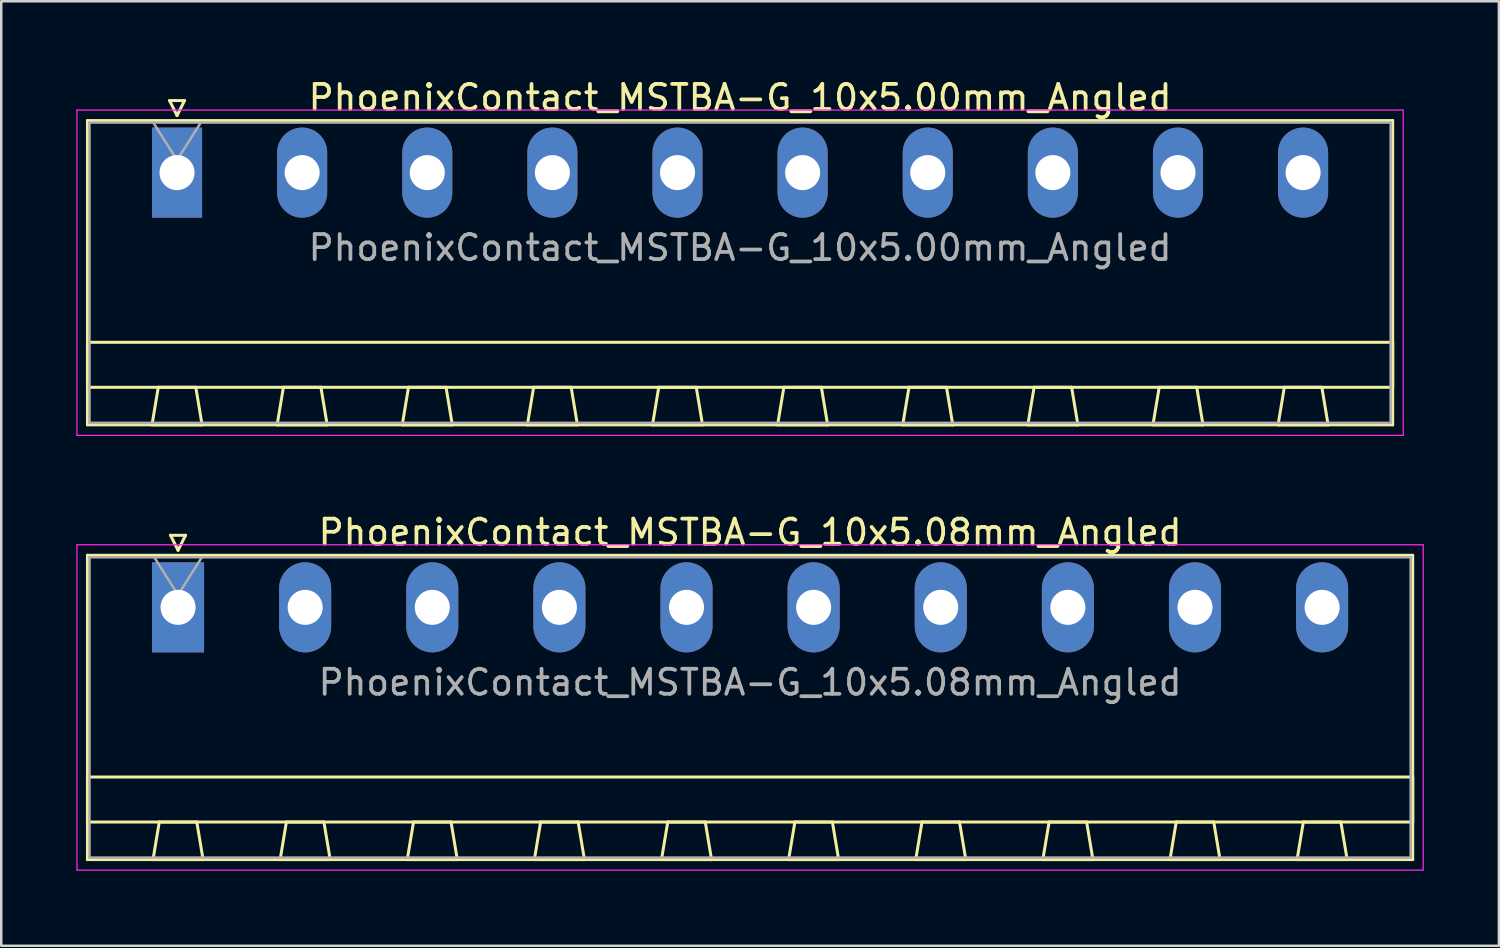
<source format=kicad_pcb>
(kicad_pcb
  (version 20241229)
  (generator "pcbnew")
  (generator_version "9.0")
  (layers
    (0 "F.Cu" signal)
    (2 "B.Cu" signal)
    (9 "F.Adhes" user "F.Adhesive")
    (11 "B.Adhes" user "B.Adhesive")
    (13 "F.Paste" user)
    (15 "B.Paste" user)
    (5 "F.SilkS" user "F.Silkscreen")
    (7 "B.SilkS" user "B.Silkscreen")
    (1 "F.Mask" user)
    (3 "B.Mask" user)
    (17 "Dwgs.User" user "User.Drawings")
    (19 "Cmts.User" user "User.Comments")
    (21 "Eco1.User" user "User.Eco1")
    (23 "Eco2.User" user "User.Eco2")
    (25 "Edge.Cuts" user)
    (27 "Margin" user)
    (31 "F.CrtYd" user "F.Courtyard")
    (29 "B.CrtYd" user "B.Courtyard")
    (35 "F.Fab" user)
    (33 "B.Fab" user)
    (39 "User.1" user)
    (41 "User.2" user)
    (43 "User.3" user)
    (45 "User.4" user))
  (footprint "PhoenixContact_MSTBA-G_10x5.00mm_Angled"
    (layer "F.Cu")
    (at 4.025 3.848)
    (property "Reference" "PhoenixContact_MSTBA-G_10x5.00mm_Angled" (at 22.5 -3 0) (layer "F.SilkS") (effects (font (size 1 1) (thickness 0.15))))
    (attr through_hole)
    (fp_line (start -3.58 -2.08) (end -3.58 10.08) (stroke (width 0.12) (type solid)) (layer "F.SilkS"))
    (fp_line (start -3.58 6.78) (end 48.58 6.78) (stroke (width 0.12) (type solid)) (layer "F.SilkS"))
    (fp_line (start -3.58 8.58) (end -3.58 6.78) (stroke (width 0.12) (type solid)) (layer "F.SilkS"))
    (fp_line (start -3.58 10.08) (end 48.58 10.08) (stroke (width 0.12) (type solid)) (layer "F.SilkS"))
    (fp_line (start -1 10.08) (end 1 10.08) (stroke (width 0.12) (type solid)) (layer "F.SilkS"))
    (fp_line (start -0.75 8.58) (end -1 10.08) (stroke (width 0.12) (type solid)) (layer "F.SilkS"))
    (fp_line (start -0.3 -2.88) (end 0.3 -2.88) (stroke (width 0.12) (type solid)) (layer "F.SilkS"))
    (fp_line (start 0 -2.28) (end -0.3 -2.88) (stroke (width 0.12) (type solid)) (layer "F.SilkS"))
    (fp_line (start 0.3 -2.88) (end 0 -2.28) (stroke (width 0.12) (type solid)) (layer "F.SilkS"))
    (fp_line (start 0.75 8.58) (end -0.75 8.58) (stroke (width 0.12) (type solid)) (layer "F.SilkS"))
    (fp_line (start 1 10.08) (end 0.75 8.58) (stroke (width 0.12) (type solid)) (layer "F.SilkS"))
    (fp_line (start 4 10.08) (end 6 10.08) (stroke (width 0.12) (type solid)) (layer "F.SilkS"))
    (fp_line (start 4.25 8.58) (end 4 10.08) (stroke (width 0.12) (type solid)) (layer "F.SilkS"))
    (fp_line (start 5.75 8.58) (end 4.25 8.58) (stroke (width 0.12) (type solid)) (layer "F.SilkS"))
    (fp_line (start 6 10.08) (end 5.75 8.58) (stroke (width 0.12) (type solid)) (layer "F.SilkS"))
    (fp_line (start 9 10.08) (end 11 10.08) (stroke (width 0.12) (type solid)) (layer "F.SilkS"))
    (fp_line (start 9.25 8.58) (end 9 10.08) (stroke (width 0.12) (type solid)) (layer "F.SilkS"))
    (fp_line (start 10.75 8.58) (end 9.25 8.58) (stroke (width 0.12) (type solid)) (layer "F.SilkS"))
    (fp_line (start 11 10.08) (end 10.75 8.58) (stroke (width 0.12) (type solid)) (layer "F.SilkS"))
    (fp_line (start 14 10.08) (end 16 10.08) (stroke (width 0.12) (type solid)) (layer "F.SilkS"))
    (fp_line (start 14.25 8.58) (end 14 10.08) (stroke (width 0.12) (type solid)) (layer "F.SilkS"))
    (fp_line (start 15.75 8.58) (end 14.25 8.58) (stroke (width 0.12) (type solid)) (layer "F.SilkS"))
    (fp_line (start 16 10.08) (end 15.75 8.58) (stroke (width 0.12) (type solid)) (layer "F.SilkS"))
    (fp_line (start 19 10.08) (end 21 10.08) (stroke (width 0.12) (type solid)) (layer "F.SilkS"))
    (fp_line (start 19.25 8.58) (end 19 10.08) (stroke (width 0.12) (type solid)) (layer "F.SilkS"))
    (fp_line (start 20.75 8.58) (end 19.25 8.58) (stroke (width 0.12) (type solid)) (layer "F.SilkS"))
    (fp_line (start 21 10.08) (end 20.75 8.58) (stroke (width 0.12) (type solid)) (layer "F.SilkS"))
    (fp_line (start 24 10.08) (end 26 10.08) (stroke (width 0.12) (type solid)) (layer "F.SilkS"))
    (fp_line (start 24.25 8.58) (end 24 10.08) (stroke (width 0.12) (type solid)) (layer "F.SilkS"))
    (fp_line (start 25.75 8.58) (end 24.25 8.58) (stroke (width 0.12) (type solid)) (layer "F.SilkS"))
    (fp_line (start 26 10.08) (end 25.75 8.58) (stroke (width 0.12) (type solid)) (layer "F.SilkS"))
    (fp_line (start 29 10.08) (end 31 10.08) (stroke (width 0.12) (type solid)) (layer "F.SilkS"))
    (fp_line (start 29.25 8.58) (end 29 10.08) (stroke (width 0.12) (type solid)) (layer "F.SilkS"))
    (fp_line (start 30.75 8.58) (end 29.25 8.58) (stroke (width 0.12) (type solid)) (layer "F.SilkS"))
    (fp_line (start 31 10.08) (end 30.75 8.58) (stroke (width 0.12) (type solid)) (layer "F.SilkS"))
    (fp_line (start 34 10.08) (end 36 10.08) (stroke (width 0.12) (type solid)) (layer "F.SilkS"))
    (fp_line (start 34.25 8.58) (end 34 10.08) (stroke (width 0.12) (type solid)) (layer "F.SilkS"))
    (fp_line (start 35.75 8.58) (end 34.25 8.58) (stroke (width 0.12) (type solid)) (layer "F.SilkS"))
    (fp_line (start 36 10.08) (end 35.75 8.58) (stroke (width 0.12) (type solid)) (layer "F.SilkS"))
    (fp_line (start 39 10.08) (end 41 10.08) (stroke (width 0.12) (type solid)) (layer "F.SilkS"))
    (fp_line (start 39.25 8.58) (end 39 10.08) (stroke (width 0.12) (type solid)) (layer "F.SilkS"))
    (fp_line (start 40.75 8.58) (end 39.25 8.58) (stroke (width 0.12) (type solid)) (layer "F.SilkS"))
    (fp_line (start 41 10.08) (end 40.75 8.58) (stroke (width 0.12) (type solid)) (layer "F.SilkS"))
    (fp_line (start 44 10.08) (end 46 10.08) (stroke (width 0.12) (type solid)) (layer "F.SilkS"))
    (fp_line (start 44.25 8.58) (end 44 10.08) (stroke (width 0.12) (type solid)) (layer "F.SilkS"))
    (fp_line (start 45.75 8.58) (end 44.25 8.58) (stroke (width 0.12) (type solid)) (layer "F.SilkS"))
    (fp_line (start 46 10.08) (end 45.75 8.58) (stroke (width 0.12) (type solid)) (layer "F.SilkS"))
    (fp_line (start 48.58 -2.08) (end -3.58 -2.08) (stroke (width 0.12) (type solid)) (layer "F.SilkS"))
    (fp_line (start 48.58 6.78) (end 48.58 8.58) (stroke (width 0.12) (type solid)) (layer "F.SilkS"))
    (fp_line (start 48.58 8.58) (end -3.58 8.58) (stroke (width 0.12) (type solid)) (layer "F.SilkS"))
    (fp_line (start 48.58 10.08) (end 48.58 -2.08) (stroke (width 0.12) (type solid)) (layer "F.SilkS"))
    (fp_line (start -4 -2.5) (end -4 10.5) (stroke (width 0.05) (type solid)) (layer "F.CrtYd"))
    (fp_line (start -4 10.5) (end 49 10.5) (stroke (width 0.05) (type solid)) (layer "F.CrtYd"))
    (fp_line (start 49 -2.5) (end -4 -2.5) (stroke (width 0.05) (type solid)) (layer "F.CrtYd"))
    (fp_line (start 49 10.5) (end 49 -2.5) (stroke (width 0.05) (type solid)) (layer "F.CrtYd"))
    (fp_line (start -3.5 -2) (end -3.5 10) (stroke (width 0.1) (type solid)) (layer "F.Fab"))
    (fp_line (start -3.5 10) (end 48.5 10) (stroke (width 0.1) (type solid)) (layer "F.Fab"))
    (fp_line (start 0 -0.5) (end -0.95 -2) (stroke (width 0.1) (type solid)) (layer "F.Fab"))
    (fp_line (start 0.95 -2) (end 0 -0.5) (stroke (width 0.1) (type solid)) (layer "F.Fab"))
    (fp_line (start 48.5 -2) (end -3.5 -2) (stroke (width 0.1) (type solid)) (layer "F.Fab"))
    (fp_line (start 48.5 10) (end 48.5 -2) (stroke (width 0.1) (type solid)) (layer "F.Fab"))
    (fp_text user "${REFERENCE}" (at 22.5 3 0) (layer "F.Fab") (effects (font (size 1 1) (thickness 0.15))))
    (pad "1" thru_hole rect (at 0 0) (size 2 3.6) (drill 1.4) (layers "*.Cu" "*.Mask"))
    (pad "2" thru_hole oval (at 5 0) (size 2 3.6) (drill 1.4) (layers "*.Cu" "*.Mask"))
    (pad "3" thru_hole oval (at 10 0) (size 2 3.6) (drill 1.4) (layers "*.Cu" "*.Mask"))
    (pad "4" thru_hole oval (at 15 0) (size 2 3.6) (drill 1.4) (layers "*.Cu" "*.Mask"))
    (pad "5" thru_hole oval (at 20 0) (size 2 3.6) (drill 1.4) (layers "*.Cu" "*.Mask"))
    (pad "6" thru_hole oval (at 25 0) (size 2 3.6) (drill 1.4) (layers "*.Cu" "*.Mask"))
    (pad "7" thru_hole oval (at 30 0) (size 2 3.6) (drill 1.4) (layers "*.Cu" "*.Mask"))
    (pad "8" thru_hole oval (at 35 0) (size 2 3.6) (drill 1.4) (layers "*.Cu" "*.Mask"))
    (pad "9" thru_hole oval (at 40 0) (size 2 3.6) (drill 1.4) (layers "*.Cu" "*.Mask"))
    (pad "10" thru_hole oval (at 45 0) (size 2 3.6) (drill 1.4) (layers "*.Cu" "*.Mask")))
  (footprint "PhoenixContact_MSTBA-G_10x5.08mm_Angled"
    (layer "F.Cu")
    (at 4.065 21.221)
    (property "Reference" "PhoenixContact_MSTBA-G_10x5.08mm_Angled" (at 22.86 -3 0) (layer "F.SilkS") (effects (font (size 1 1) (thickness 0.15))))
    (attr through_hole)
    (fp_line (start -3.62 -2.08) (end -3.62 10.08) (stroke (width 0.12) (type solid)) (layer "F.SilkS"))
    (fp_line (start -3.62 6.78) (end 49.34 6.78) (stroke (width 0.12) (type solid)) (layer "F.SilkS"))
    (fp_line (start -3.62 8.58) (end -3.62 6.78) (stroke (width 0.12) (type solid)) (layer "F.SilkS"))
    (fp_line (start -3.62 10.08) (end 49.34 10.08) (stroke (width 0.12) (type solid)) (layer "F.SilkS"))
    (fp_line (start -1 10.08) (end 1 10.08) (stroke (width 0.12) (type solid)) (layer "F.SilkS"))
    (fp_line (start -0.75 8.58) (end -1 10.08) (stroke (width 0.12) (type solid)) (layer "F.SilkS"))
    (fp_line (start -0.3 -2.88) (end 0.3 -2.88) (stroke (width 0.12) (type solid)) (layer "F.SilkS"))
    (fp_line (start 0 -2.28) (end -0.3 -2.88) (stroke (width 0.12) (type solid)) (layer "F.SilkS"))
    (fp_line (start 0.3 -2.88) (end 0 -2.28) (stroke (width 0.12) (type solid)) (layer "F.SilkS"))
    (fp_line (start 0.75 8.58) (end -0.75 8.58) (stroke (width 0.12) (type solid)) (layer "F.SilkS"))
    (fp_line (start 1 10.08) (end 0.75 8.58) (stroke (width 0.12) (type solid)) (layer "F.SilkS"))
    (fp_line (start 4.08 10.08) (end 6.08 10.08) (stroke (width 0.12) (type solid)) (layer "F.SilkS"))
    (fp_line (start 4.33 8.58) (end 4.08 10.08) (stroke (width 0.12) (type solid)) (layer "F.SilkS"))
    (fp_line (start 5.83 8.58) (end 4.33 8.58) (stroke (width 0.12) (type solid)) (layer "F.SilkS"))
    (fp_line (start 6.08 10.08) (end 5.83 8.58) (stroke (width 0.12) (type solid)) (layer "F.SilkS"))
    (fp_line (start 9.16 10.08) (end 11.16 10.08) (stroke (width 0.12) (type solid)) (layer "F.SilkS"))
    (fp_line (start 9.41 8.58) (end 9.16 10.08) (stroke (width 0.12) (type solid)) (layer "F.SilkS"))
    (fp_line (start 10.91 8.58) (end 9.41 8.58) (stroke (width 0.12) (type solid)) (layer "F.SilkS"))
    (fp_line (start 11.16 10.08) (end 10.91 8.58) (stroke (width 0.12) (type solid)) (layer "F.SilkS"))
    (fp_line (start 14.24 10.08) (end 16.24 10.08) (stroke (width 0.12) (type solid)) (layer "F.SilkS"))
    (fp_line (start 14.49 8.58) (end 14.24 10.08) (stroke (width 0.12) (type solid)) (layer "F.SilkS"))
    (fp_line (start 15.99 8.58) (end 14.49 8.58) (stroke (width 0.12) (type solid)) (layer "F.SilkS"))
    (fp_line (start 16.24 10.08) (end 15.99 8.58) (stroke (width 0.12) (type solid)) (layer "F.SilkS"))
    (fp_line (start 19.32 10.08) (end 21.32 10.08) (stroke (width 0.12) (type solid)) (layer "F.SilkS"))
    (fp_line (start 19.57 8.58) (end 19.32 10.08) (stroke (width 0.12) (type solid)) (layer "F.SilkS"))
    (fp_line (start 21.07 8.58) (end 19.57 8.58) (stroke (width 0.12) (type solid)) (layer "F.SilkS"))
    (fp_line (start 21.32 10.08) (end 21.07 8.58) (stroke (width 0.12) (type solid)) (layer "F.SilkS"))
    (fp_line (start 24.4 10.08) (end 26.4 10.08) (stroke (width 0.12) (type solid)) (layer "F.SilkS"))
    (fp_line (start 24.65 8.58) (end 24.4 10.08) (stroke (width 0.12) (type solid)) (layer "F.SilkS"))
    (fp_line (start 26.15 8.58) (end 24.65 8.58) (stroke (width 0.12) (type solid)) (layer "F.SilkS"))
    (fp_line (start 26.4 10.08) (end 26.15 8.58) (stroke (width 0.12) (type solid)) (layer "F.SilkS"))
    (fp_line (start 29.48 10.08) (end 31.48 10.08) (stroke (width 0.12) (type solid)) (layer "F.SilkS"))
    (fp_line (start 29.73 8.58) (end 29.48 10.08) (stroke (width 0.12) (type solid)) (layer "F.SilkS"))
    (fp_line (start 31.23 8.58) (end 29.73 8.58) (stroke (width 0.12) (type solid)) (layer "F.SilkS"))
    (fp_line (start 31.48 10.08) (end 31.23 8.58) (stroke (width 0.12) (type solid)) (layer "F.SilkS"))
    (fp_line (start 34.56 10.08) (end 36.56 10.08) (stroke (width 0.12) (type solid)) (layer "F.SilkS"))
    (fp_line (start 34.81 8.58) (end 34.56 10.08) (stroke (width 0.12) (type solid)) (layer "F.SilkS"))
    (fp_line (start 36.31 8.58) (end 34.81 8.58) (stroke (width 0.12) (type solid)) (layer "F.SilkS"))
    (fp_line (start 36.56 10.08) (end 36.31 8.58) (stroke (width 0.12) (type solid)) (layer "F.SilkS"))
    (fp_line (start 39.64 10.08) (end 41.64 10.08) (stroke (width 0.12) (type solid)) (layer "F.SilkS"))
    (fp_line (start 39.89 8.58) (end 39.64 10.08) (stroke (width 0.12) (type solid)) (layer "F.SilkS"))
    (fp_line (start 41.39 8.58) (end 39.89 8.58) (stroke (width 0.12) (type solid)) (layer "F.SilkS"))
    (fp_line (start 41.64 10.08) (end 41.39 8.58) (stroke (width 0.12) (type solid)) (layer "F.SilkS"))
    (fp_line (start 44.72 10.08) (end 46.72 10.08) (stroke (width 0.12) (type solid)) (layer "F.SilkS"))
    (fp_line (start 44.97 8.58) (end 44.72 10.08) (stroke (width 0.12) (type solid)) (layer "F.SilkS"))
    (fp_line (start 46.47 8.58) (end 44.97 8.58) (stroke (width 0.12) (type solid)) (layer "F.SilkS"))
    (fp_line (start 46.72 10.08) (end 46.47 8.58) (stroke (width 0.12) (type solid)) (layer "F.SilkS"))
    (fp_line (start 49.34 -2.08) (end -3.62 -2.08) (stroke (width 0.12) (type solid)) (layer "F.SilkS"))
    (fp_line (start 49.34 6.78) (end 49.34 8.58) (stroke (width 0.12) (type solid)) (layer "F.SilkS"))
    (fp_line (start 49.34 8.58) (end -3.62 8.58) (stroke (width 0.12) (type solid)) (layer "F.SilkS"))
    (fp_line (start 49.34 10.08) (end 49.34 -2.08) (stroke (width 0.12) (type solid)) (layer "F.SilkS"))
    (fp_line (start -4.04 -2.5) (end -4.04 10.5) (stroke (width 0.05) (type solid)) (layer "F.CrtYd"))
    (fp_line (start -4.04 10.5) (end 49.76 10.5) (stroke (width 0.05) (type solid)) (layer "F.CrtYd"))
    (fp_line (start 49.76 -2.5) (end -4.04 -2.5) (stroke (width 0.05) (type solid)) (layer "F.CrtYd"))
    (fp_line (start 49.76 10.5) (end 49.76 -2.5) (stroke (width 0.05) (type solid)) (layer "F.CrtYd"))
    (fp_line (start -3.54 -2) (end -3.54 10) (stroke (width 0.1) (type solid)) (layer "F.Fab"))
    (fp_line (start -3.54 10) (end 49.26 10) (stroke (width 0.1) (type solid)) (layer "F.Fab"))
    (fp_line (start 0 -0.5) (end -0.95 -2) (stroke (width 0.1) (type solid)) (layer "F.Fab"))
    (fp_line (start 0.95 -2) (end 0 -0.5) (stroke (width 0.1) (type solid)) (layer "F.Fab"))
    (fp_line (start 49.26 -2) (end -3.54 -2) (stroke (width 0.1) (type solid)) (layer "F.Fab"))
    (fp_line (start 49.26 10) (end 49.26 -2) (stroke (width 0.1) (type solid)) (layer "F.Fab"))
    (fp_text user "${REFERENCE}" (at 22.86 3 0) (layer "F.Fab") (effects (font (size 1 1) (thickness 0.15))))
    (pad "1" thru_hole rect (at 0 0) (size 2.08 3.6) (drill 1.4) (layers "*.Cu" "*.Mask"))
    (pad "2" thru_hole oval (at 5.08 0) (size 2.08 3.6) (drill 1.4) (layers "*.Cu" "*.Mask"))
    (pad "3" thru_hole oval (at 10.16 0) (size 2.08 3.6) (drill 1.4) (layers "*.Cu" "*.Mask"))
    (pad "4" thru_hole oval (at 15.24 0) (size 2.08 3.6) (drill 1.4) (layers "*.Cu" "*.Mask"))
    (pad "5" thru_hole oval (at 20.32 0) (size 2.08 3.6) (drill 1.4) (layers "*.Cu" "*.Mask"))
    (pad "6" thru_hole oval (at 25.4 0) (size 2.08 3.6) (drill 1.4) (layers "*.Cu" "*.Mask"))
    (pad "7" thru_hole oval (at 30.48 0) (size 2.08 3.6) (drill 1.4) (layers "*.Cu" "*.Mask"))
    (pad "8" thru_hole oval (at 35.56 0) (size 2.08 3.6) (drill 1.4) (layers "*.Cu" "*.Mask"))
    (pad "9" thru_hole oval (at 40.64 0) (size 2.08 3.6) (drill 1.4) (layers "*.Cu" "*.Mask"))
    (pad "10" thru_hole oval (at 45.72 0) (size 2.08 3.6) (drill 1.4) (layers "*.Cu" "*.Mask")))
  (gr_rect
    (start -3 -3)
    (end 56.85 34.746)
    (stroke (width 0.1) (type default))
    (fill no)
    (layer "Edge.Cuts")))
</source>
